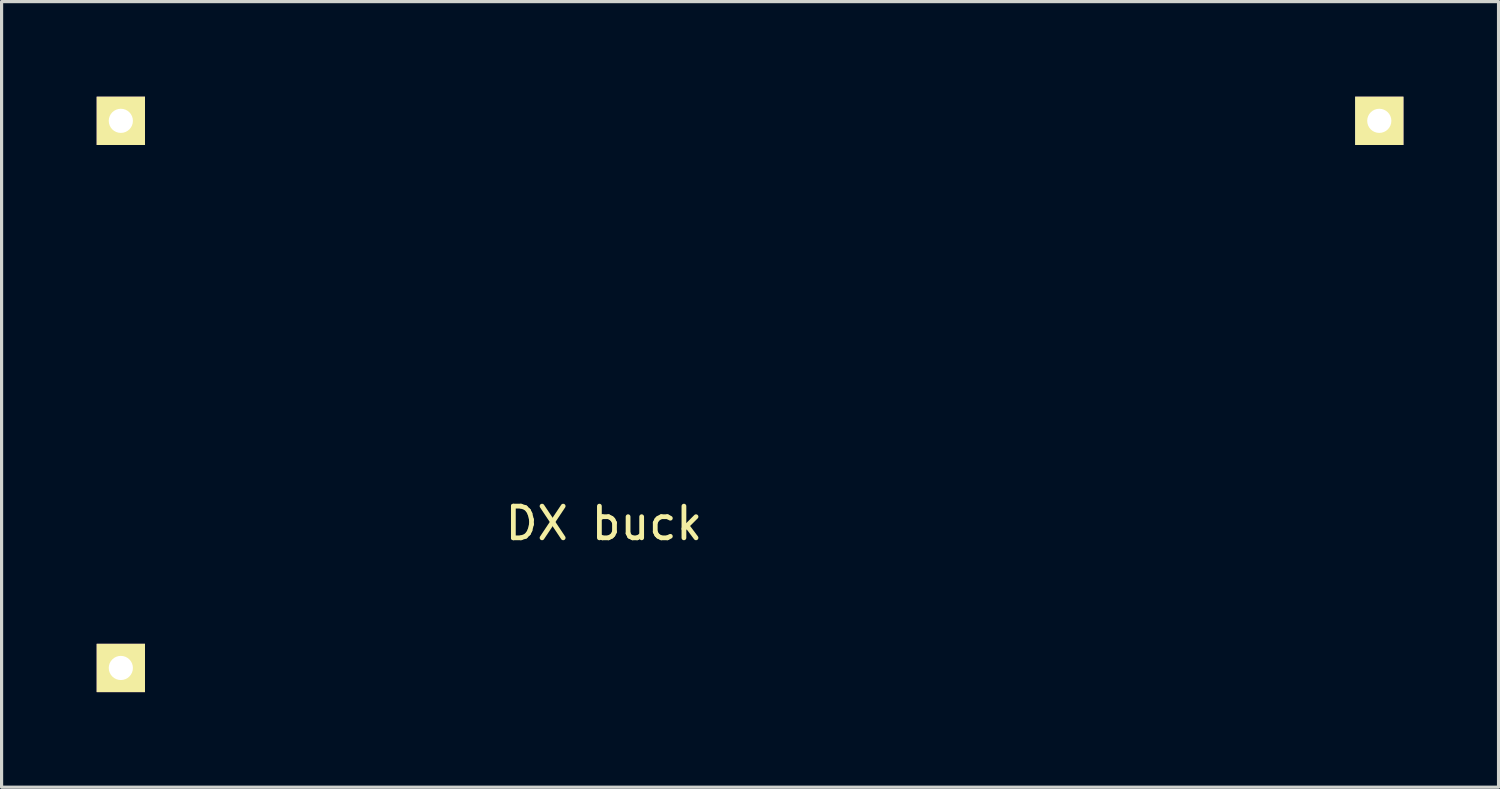
<source format=kicad_pcb>
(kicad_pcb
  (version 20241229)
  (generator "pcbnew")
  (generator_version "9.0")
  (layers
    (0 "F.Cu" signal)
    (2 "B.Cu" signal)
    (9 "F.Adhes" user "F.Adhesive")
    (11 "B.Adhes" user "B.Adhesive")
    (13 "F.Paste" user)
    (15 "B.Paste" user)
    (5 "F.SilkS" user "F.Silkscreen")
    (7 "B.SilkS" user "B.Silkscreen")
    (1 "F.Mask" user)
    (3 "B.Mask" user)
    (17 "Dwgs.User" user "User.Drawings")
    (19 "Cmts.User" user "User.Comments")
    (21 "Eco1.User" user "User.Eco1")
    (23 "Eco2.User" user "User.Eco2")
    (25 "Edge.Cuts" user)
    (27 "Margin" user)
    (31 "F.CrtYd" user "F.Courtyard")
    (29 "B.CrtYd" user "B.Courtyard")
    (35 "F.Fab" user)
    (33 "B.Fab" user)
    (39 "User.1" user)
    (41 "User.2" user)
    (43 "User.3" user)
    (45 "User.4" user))
  (footprint "DX buck"
    (layer "F.Cu")
    (at 0.762 0.762)
    (property "Reference" "DX buck" (at 15.24 12.7 0) (layer "F.SilkS") (effects (font (size 1 1) (thickness 0.15))))
    (attr through_hole)
    (pad "GND" thru_hole rect (at 0 17.26) (size 1.524 1.524) (drill 0.762) (layers "*.Cu" "*.Mask" "F.SilkS"))
    (pad "VI" thru_hole rect (at 0 0) (size 1.524 1.524) (drill 0.762) (layers "*.Cu" "*.Mask" "F.SilkS"))
    (pad "VO" thru_hole rect (at 39.7 0) (size 1.524 1.524) (drill 0.762) (layers "*.Cu" "*.Mask" "F.SilkS")))
  (gr_rect
    (start -3 -3)
    (end 44.224 21.784)
    (stroke (width 0.1) (type default))
    (fill no)
    (layer "Edge.Cuts")))
</source>
